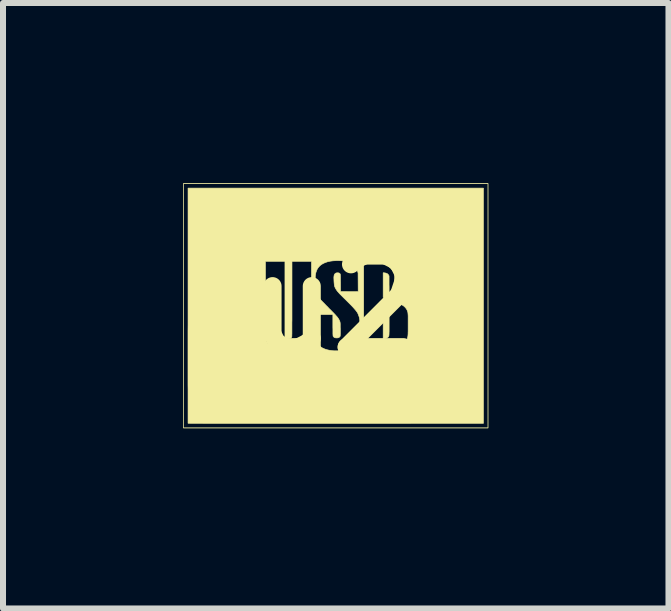
<source format=kicad_pcb>
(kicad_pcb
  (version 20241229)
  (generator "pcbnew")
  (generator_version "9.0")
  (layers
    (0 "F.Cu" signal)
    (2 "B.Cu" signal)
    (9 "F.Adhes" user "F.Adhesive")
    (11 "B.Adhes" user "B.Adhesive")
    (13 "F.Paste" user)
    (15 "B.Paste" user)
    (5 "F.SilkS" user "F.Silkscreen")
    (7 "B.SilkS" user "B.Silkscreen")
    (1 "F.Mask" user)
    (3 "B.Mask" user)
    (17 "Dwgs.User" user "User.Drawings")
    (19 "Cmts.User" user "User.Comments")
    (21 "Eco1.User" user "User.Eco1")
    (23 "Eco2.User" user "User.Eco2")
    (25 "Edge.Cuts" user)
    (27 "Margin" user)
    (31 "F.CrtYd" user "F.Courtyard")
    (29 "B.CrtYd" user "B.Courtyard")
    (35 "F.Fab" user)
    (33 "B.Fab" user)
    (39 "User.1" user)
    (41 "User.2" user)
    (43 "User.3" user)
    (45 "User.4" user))
  (footprint "u2"
    (layer "F.Cu")
    (at 2.542 2.042)
    (property "Reference" "u2" (at 0 0 0) (layer "F.SilkS") (effects (font (size 1.524 1.524) (thickness 0.3))))
    (attr through_hole)
    (fp_poly (pts (xy 2.537 2.037) (xy -2.537 2.037) (xy -2.537 -2.034) (xy -2.535 -2.034) (xy -2.535 2.034) (xy 2.535 2.034) (xy 2.535 -2.034) (xy -2.535 -2.034) (xy -2.537 -2.034) (xy -2.537 -2.037) (xy 2.537 -2.037) (xy 2.537 2.037)) (stroke (width 0.01) (type solid)) (fill yes) (layer "F.SilkS"))
    (fp_poly (pts (xy 0.81 -0.548) (xy 0.832 -0.544) (xy 0.85 -0.538) (xy 0.865 -0.529) (xy 0.877 -0.516) (xy 0.88 -0.51) (xy 0.888 -0.497) (xy 0.888 -0.351) (xy 0.889 -0.318) (xy 0.889 -0.29) (xy 0.889 -0.265) (xy 0.889 -0.245) (xy 0.888 -0.229) (xy 0.888 -0.215) (xy 0.887 -0.204) (xy 0.886 -0.195) (xy 0.884 -0.188) (xy 0.882 -0.182) (xy 0.88 -0.178) (xy 0.877 -0.174) (xy 0.874 -0.17) (xy 0.87 -0.166) (xy 0.869 -0.165) (xy 0.857 -0.156) (xy 0.843 -0.149) (xy 0.825 -0.144) (xy 0.807 -0.141) (xy 0.79 -0.139) (xy 0.79 -0.549) (xy 0.81 -0.548)) (stroke (width 0.01) (type solid)) (fill yes) (layer "F.SilkS"))
    (fp_poly (pts (xy 0.803 0.02) (xy 0.823 0.022) (xy 0.841 0.027) (xy 0.857 0.034) (xy 0.87 0.044) (xy 0.875 0.049) (xy 0.878 0.053) (xy 0.88 0.056) (xy 0.881 0.059) (xy 0.883 0.063) (xy 0.884 0.068) (xy 0.886 0.074) (xy 0.886 0.081) (xy 0.887 0.091) (xy 0.888 0.102) (xy 0.888 0.117) (xy 0.888 0.134) (xy 0.889 0.154) (xy 0.889 0.179) (xy 0.889 0.207) (xy 0.889 0.239) (xy 0.889 0.277) (xy 0.889 0.323) (xy 0.889 0.356) (xy 0.889 0.385) (xy 0.889 0.41) (xy 0.889 0.431) (xy 0.888 0.449) (xy 0.888 0.464) (xy 0.887 0.476) (xy 0.887 0.486) (xy 0.886 0.494) (xy 0.885 0.5) (xy 0.883 0.505) (xy 0.882 0.509) (xy 0.88 0.512) (xy 0.878 0.516) (xy 0.875 0.519) (xy 0.875 0.52) (xy 0.864 0.53) (xy 0.85 0.538) (xy 0.833 0.545) (xy 0.815 0.548) (xy 0.804 0.549) (xy 0.79 0.549) (xy 0.79 0.02) (xy 0.803 0.02)) (stroke (width 0.01) (type solid)) (fill yes) (layer "F.SilkS"))
    (fp_poly (pts (xy 2.46 1.959) (xy 0.001 1.96) (xy -0.138 1.96) (xy -0.272 1.96) (xy -0.401 1.96) (xy -0.525 1.96) (xy -0.645 1.96) (xy -0.759 1.96) (xy -0.87 1.96) (xy -0.975 1.96) (xy -1.076 1.96) (xy -1.173 1.96) (xy -1.266 1.96) (xy -1.354 1.96) (xy -1.438 1.96) (xy -1.519 1.96) (xy -1.595 1.96) (xy -1.667 1.96) (xy -1.736 1.96) (xy -1.801 1.96) (xy -1.862 1.96) (xy -1.92 1.96) (xy -1.974 1.96) (xy -2.025 1.96) (xy -2.073 1.96) (xy -2.117 1.96) (xy -2.159 1.96) (xy -2.197 1.96) (xy -2.232 1.959) (xy -2.265 1.959) (xy -2.294 1.959) (xy -2.321 1.959) (xy -2.345 1.959) (xy -2.367 1.959) (xy -2.386 1.959) (xy -2.403 1.959) (xy -2.417 1.959) (xy -2.429 1.958) (xy -2.439 1.958) (xy -2.447 1.958) (xy -2.453 1.958) (xy -2.457 1.958) (xy -2.459 1.958) (xy -2.46 1.958) (xy -2.46 1.955) (xy -2.46 1.947) (xy -2.46 1.935) (xy -2.46 1.918) (xy -2.46 1.896) (xy -2.46 1.87) (xy -2.46 1.839) (xy -2.46 1.804) (xy -2.46 1.765) (xy -2.46 1.722) (xy -2.46 1.676) (xy -2.46 1.625) (xy -2.46 1.571) (xy -2.46 1.514) (xy -2.46 1.453) (xy -2.46 1.389) (xy -2.461 1.321) (xy -2.461 1.251) (xy -2.461 1.178) (xy -2.461 1.102) (xy -2.461 1.024) (xy -2.461 0.943) (xy -2.461 0.859) (xy -2.461 0.774) (xy -2.461 0.686) (xy -2.461 0.596) (xy -2.461 0.504) (xy -2.461 0.411) (xy -2.46 0.316) (xy -2.46 0.219) (xy -2.46 0.121) (xy -2.46 0.022) (xy -2.46 -0.003) (xy -2.46 -0.739) (xy -1.171 -0.739) (xy -1.171 -0.11) (xy -1.171 -0.043) (xy -1.171 0.019) (xy -1.171 0.076) (xy -1.171 0.129) (xy -1.171 0.177) (xy -1.171 0.222) (xy -1.171 0.262) (xy -1.171 0.299) (xy -1.171 0.332) (xy -1.17 0.362) (xy -1.17 0.389) (xy -1.17 0.412) (xy -1.17 0.433) (xy -1.17 0.452) (xy -1.17 0.468) (xy -1.17 0.481) (xy -1.169 0.493) (xy -1.169 0.503) (xy -1.169 0.512) (xy -1.169 0.519) (xy -1.168 0.525) (xy -1.168 0.529) (xy -1.167 0.533) (xy -1.167 0.536) (xy -1.167 0.539) (xy -1.166 0.542) (xy -1.166 0.542) (xy -1.158 0.572) (xy -1.148 0.599) (xy -1.134 0.622) (xy -1.116 0.644) (xy -1.11 0.65) (xy -1.099 0.661) (xy -1.087 0.67) (xy -1.075 0.679) (xy -1.06 0.688) (xy -1.041 0.697) (xy -1.037 0.7) (xy -1.006 0.714) (xy -0.971 0.726) (xy -0.933 0.736) (xy -0.895 0.744) (xy -0.863 0.749) (xy -0.851 0.75) (xy -0.835 0.751) (xy -0.816 0.751) (xy -0.795 0.751) (xy -0.773 0.75) (xy -0.752 0.75) (xy -0.731 0.749) (xy -0.713 0.748) (xy -0.697 0.747) (xy -0.687 0.746) (xy -0.642 0.737) (xy -0.6 0.724) (xy -0.562 0.709) (xy -0.526 0.69) (xy -0.511 0.681) (xy -0.483 0.66) (xy -0.459 0.636) (xy -0.44 0.61) (xy -0.424 0.582) (xy -0.413 0.55) (xy -0.411 0.542) (xy -0.405 0.519) (xy -0.405 0.147) (xy -0.343 0.147) (xy -0.343 0.317) (xy -0.343 0.349) (xy -0.343 0.38) (xy -0.343 0.409) (xy -0.342 0.435) (xy -0.342 0.459) (xy -0.342 0.479) (xy -0.341 0.495) (xy -0.341 0.507) (xy -0.34 0.514) (xy -0.335 0.551) (xy -0.326 0.584) (xy -0.313 0.614) (xy -0.296 0.641) (xy -0.275 0.665) (xy -0.25 0.686) (xy -0.221 0.704) (xy -0.188 0.719) (xy -0.151 0.732) (xy -0.11 0.741) (xy -0.065 0.748) (xy -0.046 0.75) (xy -0.04 0.75) (xy -0.03 0.751) (xy -0.017 0.751) (xy -0.001 0.751) (xy 0.017 0.751) (xy 0.036 0.751) (xy 0.037 0.751) (xy 0.059 0.75) (xy 0.077 0.75) (xy 0.091 0.749) (xy 0.103 0.749) (xy 0.114 0.748) (xy 0.124 0.747) (xy 0.135 0.745) (xy 0.145 0.743) (xy 0.188 0.734) (xy 0.228 0.721) (xy 0.263 0.706) (xy 0.294 0.688) (xy 0.321 0.666) (xy 0.345 0.642) (xy 0.364 0.615) (xy 0.379 0.584) (xy 0.39 0.55) (xy 0.398 0.516) (xy 0.398 0.507) (xy 0.399 0.495) (xy 0.4 0.478) (xy 0.4 0.459) (xy 0.401 0.437) (xy 0.401 0.413) (xy 0.401 0.388) (xy 0.401 0.362) (xy 0.401 0.337) (xy 0.401 0.313) (xy 0.401 0.29) (xy 0.401 0.27) (xy 0.4 0.252) (xy 0.4 0.237) (xy 0.399 0.227) (xy 0.399 0.225) (xy 0.392 0.192) (xy 0.381 0.16) (xy 0.368 0.128) (xy 0.355 0.106) (xy 0.344 0.091) (xy 0.33 0.073) (xy 0.312 0.052) (xy 0.29 0.027) (xy 0.264 -0.000496) (xy 0.234 -0.031) (xy 0.2 -0.065) (xy 0.163 -0.102) (xy 0.138 -0.126) (xy 0.116 -0.148) (xy 0.097 -0.167) (xy 0.08 -0.184) (xy 0.066 -0.198) (xy 0.055 -0.21) (xy 0.045 -0.222) (xy 0.036 -0.232) (xy 0.028 -0.241) (xy 0.021 -0.251) (xy 0.015 -0.259) (xy 0.004 -0.276) (xy -0.004 -0.29) (xy -0.011 -0.304) (xy -0.017 -0.318) (xy -0.021 -0.333) (xy -0.024 -0.35) (xy -0.026 -0.369) (xy -0.028 -0.392) (xy -0.029 -0.408) (xy -0.03 -0.436) (xy -0.031 -0.458) (xy -0.031 -0.477) (xy -0.029 -0.493) (xy -0.027 -0.505) (xy -0.024 -0.515) (xy -0.019 -0.524) (xy -0.014 -0.531) (xy -0.01 -0.535) (xy 0.002 -0.543) (xy 0.014 -0.547) (xy 0.029 -0.548) (xy 0.036 -0.548) (xy 0.051 -0.546) (xy 0.062 -0.541) (xy 0.07 -0.533) (xy 0.073 -0.53) (xy 0.074 -0.528) (xy 0.075 -0.525) (xy 0.075 -0.522) (xy 0.076 -0.518) (xy 0.076 -0.511) (xy 0.077 -0.503) (xy 0.077 -0.492) (xy 0.078 -0.478) (xy 0.078 -0.461) (xy 0.078 -0.44) (xy 0.078 -0.414) (xy 0.079 -0.384) (xy 0.079 -0.378) (xy 0.08 -0.235) (xy 0.374 -0.234) (xy 0.373 -0.389) (xy 0.372 -0.545) (xy 0.365 -0.569) (xy 0.354 -0.602) (xy 0.339 -0.631) (xy 0.32 -0.657) (xy 0.298 -0.68) (xy 0.271 -0.7) (xy 0.241 -0.716) (xy 0.215 -0.726) (xy 0.192 -0.734) (xy 0.17 -0.739) (xy 0.465 -0.739) (xy 0.465 0.739) (xy 0.703 0.738) (xy 0.941 0.738) (xy 0.97 0.73) (xy 1.011 0.718) (xy 1.049 0.703) (xy 1.083 0.685) (xy 1.113 0.664) (xy 1.138 0.64) (xy 1.16 0.613) (xy 1.178 0.583) (xy 1.191 0.551) (xy 1.196 0.534) (xy 1.198 0.525) (xy 1.2 0.517) (xy 1.201 0.509) (xy 1.202 0.5) (xy 1.204 0.489) (xy 1.204 0.477) (xy 1.205 0.463) (xy 1.205 0.447) (xy 1.206 0.427) (xy 1.206 0.404) (xy 1.206 0.378) (xy 1.206 0.347) (xy 1.206 0.312) (xy 1.206 0.307) (xy 1.206 0.271) (xy 1.206 0.24) (xy 1.206 0.213) (xy 1.206 0.19) (xy 1.206 0.171) (xy 1.205 0.154) (xy 1.204 0.141) (xy 1.203 0.129) (xy 1.202 0.119) (xy 1.201 0.111) (xy 1.199 0.103) (xy 1.197 0.096) (xy 1.195 0.09) (xy 1.192 0.083) (xy 1.192 0.082) (xy 1.179 0.056) (xy 1.161 0.032) (xy 1.14 0.011) (xy 1.113 -0.008) (xy 1.083 -0.024) (xy 1.048 -0.039) (xy 1.036 -0.042) (xy 1.024 -0.046) (xy 1.017 -0.049) (xy 1.012 -0.051) (xy 1.011 -0.053) (xy 1.013 -0.054) (xy 1.014 -0.054) (xy 1.018 -0.056) (xy 1.027 -0.06) (xy 1.037 -0.064) (xy 1.045 -0.068) (xy 1.08 -0.085) (xy 1.11 -0.104) (xy 1.135 -0.126) (xy 1.156 -0.149) (xy 1.173 -0.176) (xy 1.185 -0.204) (xy 1.19 -0.22) (xy 1.191 -0.224) (xy 1.192 -0.228) (xy 1.193 -0.233) (xy 1.193 -0.24) (xy 1.194 -0.248) (xy 1.194 -0.258) (xy 1.195 -0.27) (xy 1.195 -0.285) (xy 1.195 -0.304) (xy 1.195 -0.327) (xy 1.195 -0.354) (xy 1.195 -0.38) (xy 1.195 -0.41) (xy 1.195 -0.436) (xy 1.195 -0.458) (xy 1.195 -0.476) (xy 1.195 -0.491) (xy 1.194 -0.503) (xy 1.194 -0.512) (xy 1.193 -0.52) (xy 1.193 -0.526) (xy 1.192 -0.532) (xy 1.191 -0.536) (xy 1.19 -0.541) (xy 1.189 -0.544) (xy 1.179 -0.575) (xy 1.165 -0.604) (xy 1.148 -0.63) (xy 1.128 -0.65) (xy 1.104 -0.67) (xy 1.075 -0.687) (xy 1.043 -0.703) (xy 1.008 -0.716) (xy 0.971 -0.726) (xy 0.932 -0.734) (xy 0.91 -0.736) (xy 0.902 -0.737) (xy 0.89 -0.737) (xy 0.873 -0.738) (xy 0.852 -0.738) (xy 0.827 -0.738) (xy 0.798 -0.739) (xy 0.766 -0.739) (xy 0.731 -0.739) (xy 0.693 -0.739) (xy 0.674 -0.739) (xy 0.465 -0.739) (xy 0.17 -0.739) (xy 0.168 -0.74) (xy 0.144 -0.744) (xy 0.117 -0.747) (xy 0.088 -0.75) (xy 0.058 -0.751) (xy 0.005 -0.751) (xy -0.045 -0.748) (xy -0.091 -0.742) (xy -0.133 -0.733) (xy -0.172 -0.72) (xy -0.206 -0.705) (xy -0.237 -0.687) (xy -0.264 -0.666) (xy -0.287 -0.641) (xy -0.289 -0.639) (xy -0.307 -0.612) (xy -0.321 -0.581) (xy -0.332 -0.547) (xy -0.339 -0.51) (xy -0.341 -0.492) (xy -0.341 -0.479) (xy -0.342 -0.463) (xy -0.342 -0.444) (xy -0.343 -0.422) (xy -0.343 -0.4) (xy -0.342 -0.376) (xy -0.342 -0.353) (xy -0.342 -0.33) (xy -0.341 -0.309) (xy -0.34 -0.289) (xy -0.339 -0.273) (xy -0.338 -0.26) (xy -0.337 -0.251) (xy -0.337 -0.249) (xy -0.329 -0.222) (xy -0.319 -0.196) (xy -0.305 -0.17) (xy -0.287 -0.144) (xy -0.266 -0.116) (xy -0.247 -0.094) (xy -0.242 -0.088) (xy -0.233 -0.08) (xy -0.222 -0.068) (xy -0.208 -0.054) (xy -0.192 -0.038) (xy -0.175 -0.02) (xy -0.156 -0.000048) (xy -0.135 0.02) (xy -0.115 0.042) (xy -0.107 0.05) (xy -0.08 0.076) (xy -0.057 0.1) (xy -0.037 0.12) (xy -0.02 0.138) (xy -0.005 0.154) (xy 0.007 0.168) (xy 0.018 0.18) (xy 0.027 0.19) (xy 0.034 0.2) (xy 0.04 0.209) (xy 0.046 0.217) (xy 0.051 0.225) (xy 0.055 0.234) (xy 0.057 0.237) (xy 0.061 0.246) (xy 0.065 0.253) (xy 0.067 0.26) (xy 0.07 0.267) (xy 0.072 0.274) (xy 0.073 0.282) (xy 0.074 0.291) (xy 0.075 0.303) (xy 0.075 0.318) (xy 0.075 0.336) (xy 0.075 0.357) (xy 0.076 0.383) (xy 0.076 0.389) (xy 0.076 0.421) (xy 0.076 0.447) (xy 0.076 0.469) (xy 0.075 0.486) (xy 0.075 0.498) (xy 0.074 0.505) (xy 0.074 0.506) (xy 0.069 0.516) (xy 0.06 0.524) (xy 0.049 0.531) (xy 0.044 0.533) (xy 0.034 0.535) (xy 0.022 0.536) (xy 0.008 0.536) (xy -0.004 0.535) (xy -0.013 0.533) (xy -0.025 0.528) (xy -0.036 0.518) (xy -0.043 0.51) (xy -0.043 0.508) (xy -0.044 0.505) (xy -0.045 0.502) (xy -0.045 0.497) (xy -0.046 0.49) (xy -0.046 0.481) (xy -0.047 0.47) (xy -0.047 0.455) (xy -0.047 0.438) (xy -0.047 0.417) (xy -0.047 0.392) (xy -0.048 0.362) (xy -0.048 0.329) (xy -0.048 0.324) (xy -0.048 0.147) (xy -0.343 0.147) (xy -0.405 0.147) (xy -0.404 -0.739) (xy -0.729 -0.739) (xy -0.729 -0.119) (xy -0.729 -0.063) (xy -0.729 -0.008) (xy -0.729 0.045) (xy -0.729 0.096) (xy -0.729 0.146) (xy -0.729 0.193) (xy -0.729 0.238) (xy -0.73 0.281) (xy -0.73 0.32) (xy -0.73 0.357) (xy -0.73 0.39) (xy -0.73 0.42) (xy -0.73 0.446) (xy -0.73 0.468) (xy -0.731 0.486) (xy -0.731 0.499) (xy -0.731 0.508) (xy -0.731 0.513) (xy -0.731 0.513) (xy -0.736 0.526) (xy -0.743 0.536) (xy -0.755 0.543) (xy -0.77 0.547) (xy -0.789 0.549) (xy -0.807 0.547) (xy -0.821 0.544) (xy -0.832 0.538) (xy -0.84 0.529) (xy -0.846 0.52) (xy -0.846 -0.739) (xy -1.171 -0.739) (xy -2.46 -0.739) (xy -2.46 -1.959) (xy 2.46 -1.959) (xy 2.46 1.959)) (stroke (width 0.01) (type solid)) (fill yes) (layer "F.SilkS")))
  (gr_rect
    (start -3 -3)
    (end 8.084 7.084)
    (stroke (width 0.1) (type default))
    (fill no)
    (layer "Edge.Cuts")))
</source>
